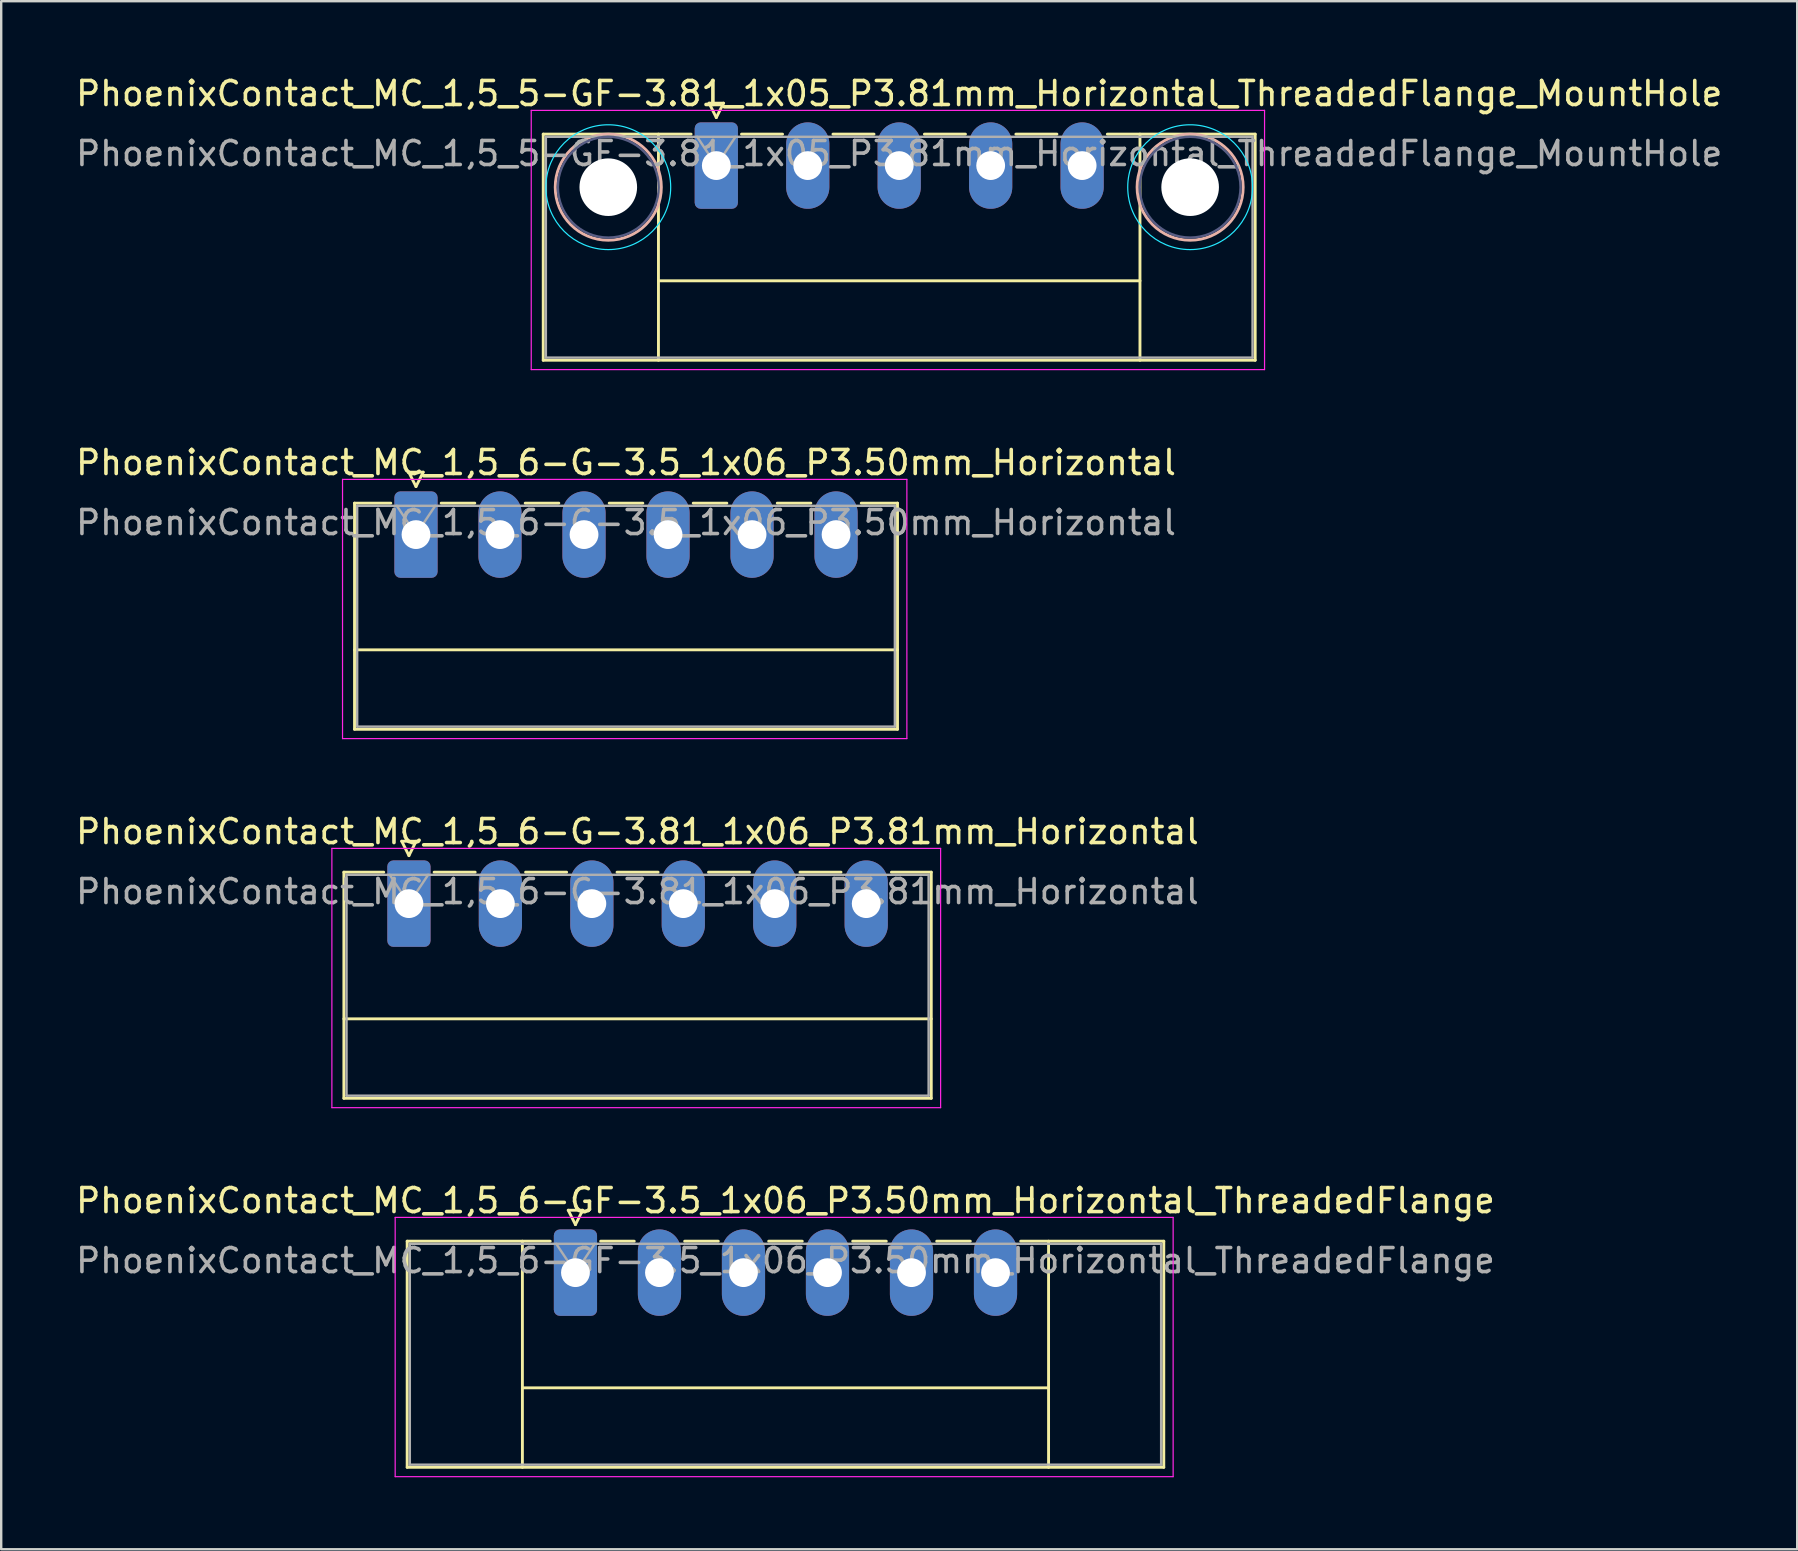
<source format=kicad_pcb>
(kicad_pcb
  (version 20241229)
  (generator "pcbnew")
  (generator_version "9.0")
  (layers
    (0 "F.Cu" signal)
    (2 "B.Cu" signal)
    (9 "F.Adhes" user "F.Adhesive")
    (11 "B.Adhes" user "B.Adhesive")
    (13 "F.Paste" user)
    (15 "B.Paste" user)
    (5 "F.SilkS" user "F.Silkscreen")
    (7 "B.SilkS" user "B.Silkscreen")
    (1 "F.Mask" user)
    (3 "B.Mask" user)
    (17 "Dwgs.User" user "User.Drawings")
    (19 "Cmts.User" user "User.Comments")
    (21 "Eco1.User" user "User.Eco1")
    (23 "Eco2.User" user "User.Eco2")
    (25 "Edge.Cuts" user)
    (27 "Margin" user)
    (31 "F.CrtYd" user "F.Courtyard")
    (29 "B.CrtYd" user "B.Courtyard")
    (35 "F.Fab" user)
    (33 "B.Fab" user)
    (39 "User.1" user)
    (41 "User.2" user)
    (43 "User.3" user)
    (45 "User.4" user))
  (footprint "PhoenixContact_MC_1,5_6-G-3.5_1x06_P3.50mm_Horizontal"
    (layer "F.Cu")
    (at 14.28 19.221)
    (property "Reference" "PhoenixContact_MC_1,5_6-G-3.5_1x06_P3.50mm_Horizontal" (at 8.75 -3 0) (layer "F.SilkS") (effects (font (size 1 1) (thickness 0.15))))
    (attr through_hole)
    (fp_line (start -2.56 -1.31) (end -2.56 8.11) (stroke (width 0.12) (type solid)) (layer "F.SilkS"))
    (fp_line (start -2.56 -1.31) (end -1.05 -1.31) (stroke (width 0.12) (type solid)) (layer "F.SilkS"))
    (fp_line (start -2.56 4.8) (end 20.06 4.8) (stroke (width 0.12) (type solid)) (layer "F.SilkS"))
    (fp_line (start -2.56 8.11) (end 20.06 8.11) (stroke (width 0.12) (type solid)) (layer "F.SilkS"))
    (fp_line (start -0.3 -2.6) (end 0.3 -2.6) (stroke (width 0.12) (type solid)) (layer "F.SilkS"))
    (fp_line (start 0 -2) (end -0.3 -2.6) (stroke (width 0.12) (type solid)) (layer "F.SilkS"))
    (fp_line (start 0.3 -2.6) (end 0 -2) (stroke (width 0.12) (type solid)) (layer "F.SilkS"))
    (fp_line (start 1.05 -1.31) (end 2.45 -1.31) (stroke (width 0.12) (type solid)) (layer "F.SilkS"))
    (fp_line (start 4.55 -1.31) (end 5.95 -1.31) (stroke (width 0.12) (type solid)) (layer "F.SilkS"))
    (fp_line (start 8.05 -1.31) (end 9.45 -1.31) (stroke (width 0.12) (type solid)) (layer "F.SilkS"))
    (fp_line (start 11.55 -1.31) (end 12.95 -1.31) (stroke (width 0.12) (type solid)) (layer "F.SilkS"))
    (fp_line (start 15.05 -1.31) (end 16.45 -1.31) (stroke (width 0.12) (type solid)) (layer "F.SilkS"))
    (fp_line (start 20.06 -1.31) (end 18.55 -1.31) (stroke (width 0.12) (type solid)) (layer "F.SilkS"))
    (fp_line (start 20.06 8.11) (end 20.06 -1.31) (stroke (width 0.12) (type solid)) (layer "F.SilkS"))
    (fp_line (start -3.06 -2.3) (end -3.06 8.5) (stroke (width 0.05) (type solid)) (layer "F.CrtYd"))
    (fp_line (start -3.06 8.5) (end 20.45 8.5) (stroke (width 0.05) (type solid)) (layer "F.CrtYd"))
    (fp_line (start 20.45 -2.3) (end -3.06 -2.3) (stroke (width 0.05) (type solid)) (layer "F.CrtYd"))
    (fp_line (start 20.45 8.5) (end 20.45 -2.3) (stroke (width 0.05) (type solid)) (layer "F.CrtYd"))
    (fp_line (start -2.45 -1.2) (end -2.45 8) (stroke (width 0.1) (type solid)) (layer "F.Fab"))
    (fp_line (start -2.45 8) (end 19.95 8) (stroke (width 0.1) (type solid)) (layer "F.Fab"))
    (fp_line (start 0 0) (end -0.8 -1.2) (stroke (width 0.1) (type solid)) (layer "F.Fab"))
    (fp_line (start 0.8 -1.2) (end 0 0) (stroke (width 0.1) (type solid)) (layer "F.Fab"))
    (fp_line (start 19.95 -1.2) (end -2.45 -1.2) (stroke (width 0.1) (type solid)) (layer "F.Fab"))
    (fp_line (start 19.95 8) (end 19.95 -1.2) (stroke (width 0.1) (type solid)) (layer "F.Fab"))
    (fp_text user "${REFERENCE}" (at 8.75 -0.5 0) (layer "F.Fab") (effects (font (size 1 1) (thickness 0.15))))
    (pad "1" thru_hole roundrect (at 0 0) (size 1.8 3.6) (drill 1.2) (layers "*.Cu" "*.Mask") (roundrect_rratio 0.139))
    (pad "2" thru_hole oval (at 3.5 0) (size 1.8 3.6) (drill 1.2) (layers "*.Cu" "*.Mask"))
    (pad "3" thru_hole oval (at 7 0) (size 1.8 3.6) (drill 1.2) (layers "*.Cu" "*.Mask"))
    (pad "4" thru_hole oval (at 10.5 0) (size 1.8 3.6) (drill 1.2) (layers "*.Cu" "*.Mask"))
    (pad "5" thru_hole oval (at 14 0) (size 1.8 3.6) (drill 1.2) (layers "*.Cu" "*.Mask"))
    (pad "6" thru_hole oval (at 17.5 0) (size 1.8 3.6) (drill 1.2) (layers "*.Cu" "*.Mask")))
  (footprint "PhoenixContact_MC_1,5_5-GF-3.81_1x05_P3.81mm_Horizontal_ThreadedFlange_MountHole"
    (layer "F.Cu")
    (at 26.791 3.848)
    (property "Reference" "PhoenixContact_MC_1,5_5-GF-3.81_1x05_P3.81mm_Horizontal_ThreadedFlange_MountHole" (at 7.62 -3 0) (layer "F.SilkS") (effects (font (size 1 1) (thickness 0.15))))
    (attr through_hole)
    (fp_line (start -7.21 -1.31) (end -7.21 8.11) (stroke (width 0.12) (type solid)) (layer "F.SilkS"))
    (fp_line (start -7.21 -1.31) (end -1.05 -1.31) (stroke (width 0.12) (type solid)) (layer "F.SilkS"))
    (fp_line (start -7.21 8.11) (end 22.45 8.11) (stroke (width 0.12) (type solid)) (layer "F.SilkS"))
    (fp_line (start -2.41 -1.31) (end -2.41 8.11) (stroke (width 0.12) (type solid)) (layer "F.SilkS"))
    (fp_line (start -2.41 4.8) (end 17.65 4.8) (stroke (width 0.12) (type solid)) (layer "F.SilkS"))
    (fp_line (start -0.3 -2.6) (end 0.3 -2.6) (stroke (width 0.12) (type solid)) (layer "F.SilkS"))
    (fp_line (start 0 -2) (end -0.3 -2.6) (stroke (width 0.12) (type solid)) (layer "F.SilkS"))
    (fp_line (start 0.3 -2.6) (end 0 -2) (stroke (width 0.12) (type solid)) (layer "F.SilkS"))
    (fp_line (start 1.05 -1.31) (end 2.76 -1.31) (stroke (width 0.12) (type solid)) (layer "F.SilkS"))
    (fp_line (start 4.86 -1.31) (end 6.57 -1.31) (stroke (width 0.12) (type solid)) (layer "F.SilkS"))
    (fp_line (start 8.67 -1.31) (end 10.38 -1.31) (stroke (width 0.12) (type solid)) (layer "F.SilkS"))
    (fp_line (start 12.48 -1.31) (end 14.19 -1.31) (stroke (width 0.12) (type solid)) (layer "F.SilkS"))
    (fp_line (start 17.65 -1.31) (end 17.65 8.11) (stroke (width 0.12) (type solid)) (layer "F.SilkS"))
    (fp_line (start 22.45 -1.31) (end 16.29 -1.31) (stroke (width 0.12) (type solid)) (layer "F.SilkS"))
    (fp_line (start 22.45 8.11) (end 22.45 -1.31) (stroke (width 0.12) (type solid)) (layer "F.SilkS"))
    (fp_circle (center -4.5 0.9) (end -2.29 0.9) (stroke (width 0.12) (type solid)) (fill no) (layer "B.SilkS"))
    (fp_circle (center 19.74 0.9) (end 21.95 0.9) (stroke (width 0.12) (type solid)) (fill no) (layer "B.SilkS"))
    (fp_circle (center -4.5 0.9) (end -1.9 0.9) (stroke (width 0.05) (type solid)) (fill no) (layer "B.CrtYd"))
    (fp_circle (center 19.74 0.9) (end 22.34 0.9) (stroke (width 0.05) (type solid)) (fill no) (layer "B.CrtYd"))
    (fp_line (start -7.71 -2.3) (end -7.71 8.5) (stroke (width 0.05) (type solid)) (layer "F.CrtYd"))
    (fp_line (start -7.71 8.5) (end 22.84 8.5) (stroke (width 0.05) (type solid)) (layer "F.CrtYd"))
    (fp_line (start 22.84 -2.3) (end -7.71 -2.3) (stroke (width 0.05) (type solid)) (layer "F.CrtYd"))
    (fp_line (start 22.84 8.5) (end 22.84 -2.3) (stroke (width 0.05) (type solid)) (layer "F.CrtYd"))
    (fp_circle (center -4.5 0.9) (end -2.4 0.9) (stroke (width 0.1) (type solid)) (fill no) (layer "B.Fab"))
    (fp_circle (center 19.74 0.9) (end 21.84 0.9) (stroke (width 0.1) (type solid)) (fill no) (layer "B.Fab"))
    (fp_line (start -7.1 -1.2) (end -7.1 8) (stroke (width 0.1) (type solid)) (layer "F.Fab"))
    (fp_line (start -7.1 8) (end 22.34 8) (stroke (width 0.1) (type solid)) (layer "F.Fab"))
    (fp_line (start 0 0) (end -0.8 -1.2) (stroke (width 0.1) (type solid)) (layer "F.Fab"))
    (fp_line (start 0.8 -1.2) (end 0 0) (stroke (width 0.1) (type solid)) (layer "F.Fab"))
    (fp_line (start 22.34 -1.2) (end -7.1 -1.2) (stroke (width 0.1) (type solid)) (layer "F.Fab"))
    (fp_line (start 22.34 8) (end 22.34 -1.2) (stroke (width 0.1) (type solid)) (layer "F.Fab"))
    (fp_text user "${REFERENCE}" (at 7.62 -0.5 0) (layer "F.Fab") (effects (font (size 1 1) (thickness 0.15))))
    (pad "" np_thru_hole circle (at -4.5 0.9) (size 2.4 2.4) (drill 2.4) (layers "*.Cu" "*.Mask"))
    (pad "" np_thru_hole circle (at 19.74 0.9) (size 2.4 2.4) (drill 2.4) (layers "*.Cu" "*.Mask"))
    (pad "1" thru_hole roundrect (at 0 0) (size 1.8 3.6) (drill 1.2) (layers "*.Cu" "*.Mask") (roundrect_rratio 0.139))
    (pad "2" thru_hole oval (at 3.81 0) (size 1.8 3.6) (drill 1.2) (layers "*.Cu" "*.Mask"))
    (pad "3" thru_hole oval (at 7.62 0) (size 1.8 3.6) (drill 1.2) (layers "*.Cu" "*.Mask"))
    (pad "4" thru_hole oval (at 11.43 0) (size 1.8 3.6) (drill 1.2) (layers "*.Cu" "*.Mask"))
    (pad "5" thru_hole oval (at 15.24 0) (size 1.8 3.6) (drill 1.2) (layers "*.Cu" "*.Mask")))
  (footprint "PhoenixContact_MC_1,5_6-GF-3.5_1x06_P3.50mm_Horizontal_ThreadedFlange"
    (layer "F.Cu")
    (at 20.923 49.968)
    (property "Reference" "PhoenixContact_MC_1,5_6-GF-3.5_1x06_P3.50mm_Horizontal_ThreadedFlange" (at 8.75 -3 0) (layer "F.SilkS") (effects (font (size 1 1) (thickness 0.15))))
    (attr through_hole)
    (fp_line (start -7.01 -1.31) (end -7.01 8.11) (stroke (width 0.12) (type solid)) (layer "F.SilkS"))
    (fp_line (start -7.01 -1.31) (end -1.05 -1.31) (stroke (width 0.12) (type solid)) (layer "F.SilkS"))
    (fp_line (start -7.01 8.11) (end 24.51 8.11) (stroke (width 0.12) (type solid)) (layer "F.SilkS"))
    (fp_line (start -2.21 -1.31) (end -2.21 8.11) (stroke (width 0.12) (type solid)) (layer "F.SilkS"))
    (fp_line (start -2.21 4.8) (end 19.71 4.8) (stroke (width 0.12) (type solid)) (layer "F.SilkS"))
    (fp_line (start -0.3 -2.6) (end 0.3 -2.6) (stroke (width 0.12) (type solid)) (layer "F.SilkS"))
    (fp_line (start 0 -2) (end -0.3 -2.6) (stroke (width 0.12) (type solid)) (layer "F.SilkS"))
    (fp_line (start 0.3 -2.6) (end 0 -2) (stroke (width 0.12) (type solid)) (layer "F.SilkS"))
    (fp_line (start 1.05 -1.31) (end 2.45 -1.31) (stroke (width 0.12) (type solid)) (layer "F.SilkS"))
    (fp_line (start 4.55 -1.31) (end 5.95 -1.31) (stroke (width 0.12) (type solid)) (layer "F.SilkS"))
    (fp_line (start 8.05 -1.31) (end 9.45 -1.31) (stroke (width 0.12) (type solid)) (layer "F.SilkS"))
    (fp_line (start 11.55 -1.31) (end 12.95 -1.31) (stroke (width 0.12) (type solid)) (layer "F.SilkS"))
    (fp_line (start 15.05 -1.31) (end 16.45 -1.31) (stroke (width 0.12) (type solid)) (layer "F.SilkS"))
    (fp_line (start 19.71 -1.31) (end 19.71 8.11) (stroke (width 0.12) (type solid)) (layer "F.SilkS"))
    (fp_line (start 24.51 -1.31) (end 18.55 -1.31) (stroke (width 0.12) (type solid)) (layer "F.SilkS"))
    (fp_line (start 24.51 8.11) (end 24.51 -1.31) (stroke (width 0.12) (type solid)) (layer "F.SilkS"))
    (fp_line (start -7.51 -2.3) (end -7.51 8.5) (stroke (width 0.05) (type solid)) (layer "F.CrtYd"))
    (fp_line (start -7.51 8.5) (end 24.9 8.5) (stroke (width 0.05) (type solid)) (layer "F.CrtYd"))
    (fp_line (start 24.9 -2.3) (end -7.51 -2.3) (stroke (width 0.05) (type solid)) (layer "F.CrtYd"))
    (fp_line (start 24.9 8.5) (end 24.9 -2.3) (stroke (width 0.05) (type solid)) (layer "F.CrtYd"))
    (fp_line (start -6.9 -1.2) (end -6.9 8) (stroke (width 0.1) (type solid)) (layer "F.Fab"))
    (fp_line (start -6.9 8) (end 24.4 8) (stroke (width 0.1) (type solid)) (layer "F.Fab"))
    (fp_line (start 0 0) (end -0.8 -1.2) (stroke (width 0.1) (type solid)) (layer "F.Fab"))
    (fp_line (start 0.8 -1.2) (end 0 0) (stroke (width 0.1) (type solid)) (layer "F.Fab"))
    (fp_line (start 24.4 -1.2) (end -6.9 -1.2) (stroke (width 0.1) (type solid)) (layer "F.Fab"))
    (fp_line (start 24.4 8) (end 24.4 -1.2) (stroke (width 0.1) (type solid)) (layer "F.Fab"))
    (fp_text user "${REFERENCE}" (at 8.75 -0.5 0) (layer "F.Fab") (effects (font (size 1 1) (thickness 0.15))))
    (pad "1" thru_hole roundrect (at 0 0) (size 1.8 3.6) (drill 1.2) (layers "*.Cu" "*.Mask") (roundrect_rratio 0.139))
    (pad "2" thru_hole oval (at 3.5 0) (size 1.8 3.6) (drill 1.2) (layers "*.Cu" "*.Mask"))
    (pad "3" thru_hole oval (at 7 0) (size 1.8 3.6) (drill 1.2) (layers "*.Cu" "*.Mask"))
    (pad "4" thru_hole oval (at 10.5 0) (size 1.8 3.6) (drill 1.2) (layers "*.Cu" "*.Mask"))
    (pad "5" thru_hole oval (at 14 0) (size 1.8 3.6) (drill 1.2) (layers "*.Cu" "*.Mask"))
    (pad "6" thru_hole oval (at 17.5 0) (size 1.8 3.6) (drill 1.2) (layers "*.Cu" "*.Mask")))
  (footprint "PhoenixContact_MC_1,5_6-G-3.81_1x06_P3.81mm_Horizontal"
    (layer "F.Cu")
    (at 13.986 34.595)
    (property "Reference" "PhoenixContact_MC_1,5_6-G-3.81_1x06_P3.81mm_Horizontal" (at 9.52 -3 0) (layer "F.SilkS") (effects (font (size 1 1) (thickness 0.15))))
    (attr through_hole)
    (fp_line (start -2.71 -1.31) (end -2.71 8.11) (stroke (width 0.12) (type solid)) (layer "F.SilkS"))
    (fp_line (start -2.71 -1.31) (end -1.05 -1.31) (stroke (width 0.12) (type solid)) (layer "F.SilkS"))
    (fp_line (start -2.71 4.8) (end 21.76 4.8) (stroke (width 0.12) (type solid)) (layer "F.SilkS"))
    (fp_line (start -2.71 8.11) (end 21.76 8.11) (stroke (width 0.12) (type solid)) (layer "F.SilkS"))
    (fp_line (start -0.3 -2.6) (end 0.3 -2.6) (stroke (width 0.12) (type solid)) (layer "F.SilkS"))
    (fp_line (start 0 -2) (end -0.3 -2.6) (stroke (width 0.12) (type solid)) (layer "F.SilkS"))
    (fp_line (start 0.3 -2.6) (end 0 -2) (stroke (width 0.12) (type solid)) (layer "F.SilkS"))
    (fp_line (start 1.05 -1.31) (end 2.76 -1.31) (stroke (width 0.12) (type solid)) (layer "F.SilkS"))
    (fp_line (start 4.86 -1.31) (end 6.57 -1.31) (stroke (width 0.12) (type solid)) (layer "F.SilkS"))
    (fp_line (start 8.67 -1.31) (end 10.38 -1.31) (stroke (width 0.12) (type solid)) (layer "F.SilkS"))
    (fp_line (start 12.48 -1.31) (end 14.19 -1.31) (stroke (width 0.12) (type solid)) (layer "F.SilkS"))
    (fp_line (start 16.29 -1.31) (end 18 -1.31) (stroke (width 0.12) (type solid)) (layer "F.SilkS"))
    (fp_line (start 21.76 -1.31) (end 20.1 -1.31) (stroke (width 0.12) (type solid)) (layer "F.SilkS"))
    (fp_line (start 21.76 8.11) (end 21.76 -1.31) (stroke (width 0.12) (type solid)) (layer "F.SilkS"))
    (fp_line (start -3.21 -2.3) (end -3.21 8.5) (stroke (width 0.05) (type solid)) (layer "F.CrtYd"))
    (fp_line (start -3.21 8.5) (end 22.15 8.5) (stroke (width 0.05) (type solid)) (layer "F.CrtYd"))
    (fp_line (start 22.15 -2.3) (end -3.21 -2.3) (stroke (width 0.05) (type solid)) (layer "F.CrtYd"))
    (fp_line (start 22.15 8.5) (end 22.15 -2.3) (stroke (width 0.05) (type solid)) (layer "F.CrtYd"))
    (fp_line (start -2.6 -1.2) (end -2.6 8) (stroke (width 0.1) (type solid)) (layer "F.Fab"))
    (fp_line (start -2.6 8) (end 21.65 8) (stroke (width 0.1) (type solid)) (layer "F.Fab"))
    (fp_line (start 0 0) (end -0.8 -1.2) (stroke (width 0.1) (type solid)) (layer "F.Fab"))
    (fp_line (start 0.8 -1.2) (end 0 0) (stroke (width 0.1) (type solid)) (layer "F.Fab"))
    (fp_line (start 21.65 -1.2) (end -2.6 -1.2) (stroke (width 0.1) (type solid)) (layer "F.Fab"))
    (fp_line (start 21.65 8) (end 21.65 -1.2) (stroke (width 0.1) (type solid)) (layer "F.Fab"))
    (fp_text user "${REFERENCE}" (at 9.52 -0.5 0) (layer "F.Fab") (effects (font (size 1 1) (thickness 0.15))))
    (pad "1" thru_hole roundrect (at 0 0) (size 1.8 3.6) (drill 1.2) (layers "*.Cu" "*.Mask") (roundrect_rratio 0.139))
    (pad "2" thru_hole oval (at 3.81 0) (size 1.8 3.6) (drill 1.2) (layers "*.Cu" "*.Mask"))
    (pad "3" thru_hole oval (at 7.62 0) (size 1.8 3.6) (drill 1.2) (layers "*.Cu" "*.Mask"))
    (pad "4" thru_hole oval (at 11.43 0) (size 1.8 3.6) (drill 1.2) (layers "*.Cu" "*.Mask"))
    (pad "5" thru_hole oval (at 15.24 0) (size 1.8 3.6) (drill 1.2) (layers "*.Cu" "*.Mask"))
    (pad "6" thru_hole oval (at 19.05 0) (size 1.8 3.6) (drill 1.2) (layers "*.Cu" "*.Mask")))
  (gr_rect
    (start -3 -3)
    (end 71.821 61.493)
    (stroke (width 0.1) (type default))
    (fill no)
    (layer "Edge.Cuts")))
</source>
